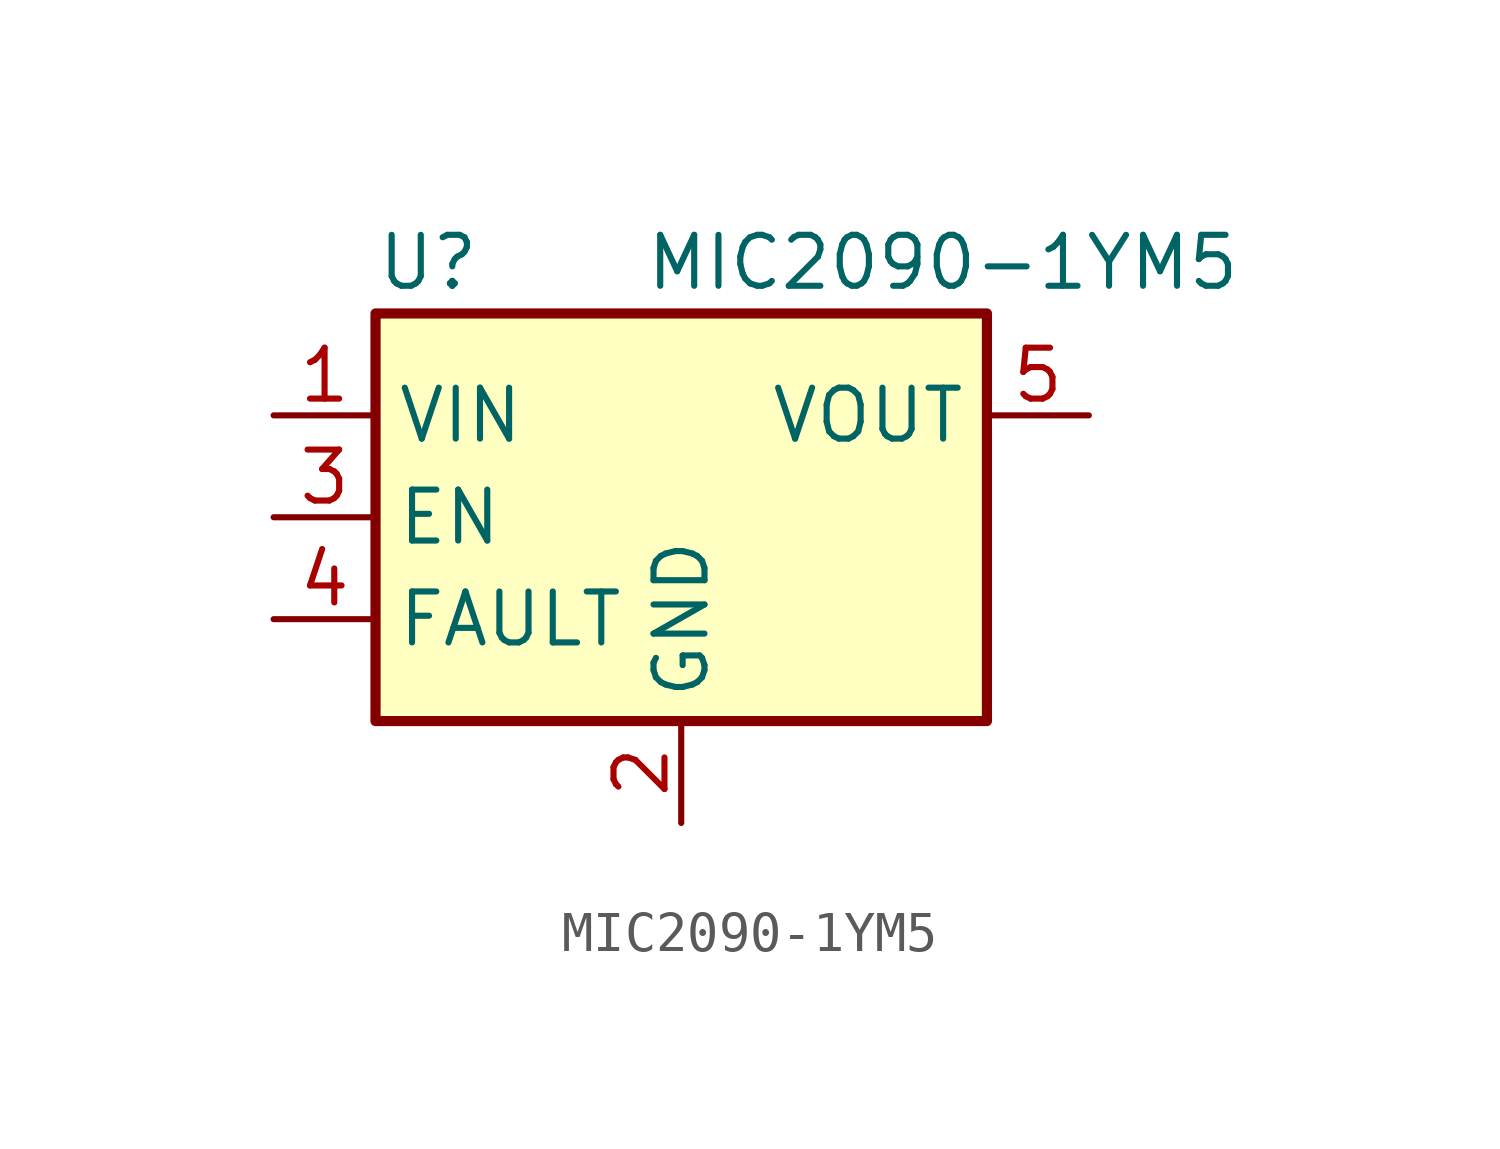
<source format=kicad_sym>
(kicad_symbol_lib
  (version 20220914)
  (generator kicad_symbol_editor)
  (symbol "MIC2090-1YM5"
    (property "Reference" "U"
      (at -7.62 6.35 0)
      (effects (font (size 1.27 1.27)) (justify left)))
    (property "Value" "MIC2090-1YM5"
      (at 13.97 6.35 0)
      (effects (font (size 1.27 1.27)) (justify right)))
    (symbol "MIC2090-1YM5_0_1"
      (rectangle (start -7.62 5.08) (end 7.62 -5.08) (stroke (width 0.254) (type default)) (fill (type background))))
    (symbol "MIC2090-1YM5_1_1"
      (pin power_in line (at -10.16 2.54 0) (length 2.54) (name "VIN" (effects (font (size 1.27 1.27)))) (number "1" (effects (font (size 1.27 1.27)))))
      (pin power_in line (at 0 -7.62 90) (length 2.54) (name "GND" (effects (font (size 1.27 1.27)))) (number "2" (effects (font (size 1.27 1.27)))))
      (pin input line (at -10.16 0 0) (length 2.54) (name "EN" (effects (font (size 1.27 1.27)))) (number "3" (effects (font (size 1.27 1.27)))))
      (pin open_collector line (at -10.16 -2.54 0) (length 2.54) (name "FAULT" (effects (font (size 1.27 1.27)))) (number "4" (effects (font (size 1.27 1.27)))))
      (pin power_out line (at 10.16 2.54 180) (length 2.54) (name "VOUT" (effects (font (size 1.27 1.27)))) (number "5" (effects (font (size 1.27 1.27))))))))
</source>
